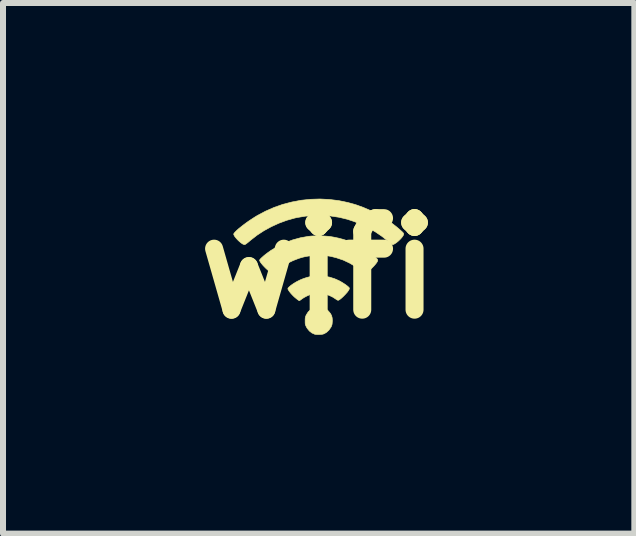
<source format=kicad_pcb>
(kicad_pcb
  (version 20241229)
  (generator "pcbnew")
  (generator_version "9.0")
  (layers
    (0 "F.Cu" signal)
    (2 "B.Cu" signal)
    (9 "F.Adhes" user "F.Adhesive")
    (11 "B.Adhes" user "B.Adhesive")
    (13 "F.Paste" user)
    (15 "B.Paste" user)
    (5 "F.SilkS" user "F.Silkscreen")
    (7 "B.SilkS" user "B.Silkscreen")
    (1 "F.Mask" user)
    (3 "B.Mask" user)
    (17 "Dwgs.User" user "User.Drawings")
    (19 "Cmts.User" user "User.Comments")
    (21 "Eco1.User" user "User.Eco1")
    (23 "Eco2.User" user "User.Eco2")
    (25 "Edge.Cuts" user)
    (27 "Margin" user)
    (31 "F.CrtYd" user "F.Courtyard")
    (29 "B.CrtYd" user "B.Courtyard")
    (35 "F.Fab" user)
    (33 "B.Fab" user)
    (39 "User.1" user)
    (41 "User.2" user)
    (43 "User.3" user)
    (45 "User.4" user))
  (footprint "wifi"
    (layer "F.Cu")
    (at 2.257 1.418)
    (property "Reference" "wifi" (at 0 0 0) (layer "F.SilkS") (effects (font (size 1.524 1.524) (thickness 0.3))))
    (attr through_hole)
    (fp_poly (pts (xy 0.003 0.645) (xy 0.05 0.648) (xy 0.089 0.659) (xy 0.124 0.678) (xy 0.158 0.708) (xy 0.167 0.718) (xy 0.196 0.753) (xy 0.215 0.788) (xy 0.225 0.826) (xy 0.228 0.871) (xy 0.227 0.886) (xy 0.225 0.916) (xy 0.222 0.938) (xy 0.216 0.956) (xy 0.207 0.977) (xy 0.203 0.983) (xy 0.172 1.028) (xy 0.133 1.065) (xy 0.097 1.087) (xy 0.077 1.095) (xy 0.055 1.1) (xy 0.026 1.102) (xy 0.01 1.103) (xy -0.018 1.103) (xy -0.042 1.102) (xy -0.06 1.1) (xy -0.064 1.099) (xy -0.113 1.077) (xy -0.155 1.044) (xy -0.19 1.001) (xy -0.205 0.976) (xy -0.214 0.956) (xy -0.221 0.94) (xy -0.224 0.923) (xy -0.225 0.9) (xy -0.225 0.876) (xy -0.225 0.846) (xy -0.223 0.825) (xy -0.219 0.807) (xy -0.212 0.789) (xy -0.205 0.774) (xy -0.175 0.727) (xy -0.136 0.689) (xy -0.09 0.661) (xy -0.07 0.653) (xy -0.051 0.648) (xy -0.03 0.645) (xy -0.001 0.645) (xy 0.003 0.645)) (stroke (width 0.01) (type solid)) (fill yes) (layer "F.SilkS"))
    (fp_poly (pts (xy 0.093 0.132) (xy 0.18 0.147) (xy 0.266 0.174) (xy 0.34 0.207) (xy 0.366 0.221) (xy 0.396 0.239) (xy 0.426 0.258) (xy 0.455 0.278) (xy 0.48 0.297) (xy 0.498 0.313) (xy 0.509 0.325) (xy 0.51 0.327) (xy 0.51 0.344) (xy 0.499 0.366) (xy 0.478 0.396) (xy 0.446 0.432) (xy 0.445 0.433) (xy 0.411 0.468) (xy 0.381 0.496) (xy 0.355 0.517) (xy 0.335 0.53) (xy 0.323 0.533) (xy 0.312 0.53) (xy 0.295 0.52) (xy 0.282 0.511) (xy 0.238 0.482) (xy 0.187 0.457) (xy 0.134 0.436) (xy 0.116 0.431) (xy 0.07 0.421) (xy 0.017 0.417) (xy -0.036 0.418) (xy -0.086 0.423) (xy -0.108 0.428) (xy -0.149 0.441) (xy -0.193 0.46) (xy -0.235 0.482) (xy -0.272 0.505) (xy -0.284 0.514) (xy -0.301 0.527) (xy -0.315 0.536) (xy -0.323 0.54) (xy -0.33 0.536) (xy -0.345 0.526) (xy -0.365 0.511) (xy -0.377 0.501) (xy -0.408 0.475) (xy -0.438 0.445) (xy -0.466 0.414) (xy -0.489 0.385) (xy -0.505 0.36) (xy -0.507 0.357) (xy -0.512 0.344) (xy -0.512 0.335) (xy -0.506 0.326) (xy -0.495 0.314) (xy -0.461 0.284) (xy -0.418 0.254) (xy -0.368 0.224) (xy -0.315 0.197) (xy -0.26 0.174) (xy -0.207 0.156) (xy -0.158 0.143) (xy -0.114 0.134) (xy -0.069 0.129) (xy -0.02 0.127) (xy 0.001 0.127) (xy 0.093 0.132)) (stroke (width 0.01) (type solid)) (fill yes) (layer "F.SilkS"))
    (fp_poly (pts (xy 0.178 -1.146) (xy 0.334 -1.127) (xy 0.488 -1.095) (xy 0.623 -1.057) (xy 0.742 -1.014) (xy 0.862 -0.962) (xy 0.98 -0.903) (xy 1.093 -0.837) (xy 1.198 -0.767) (xy 1.293 -0.693) (xy 1.299 -0.688) (xy 1.336 -0.657) (xy 1.364 -0.632) (xy 1.385 -0.613) (xy 1.4 -0.599) (xy 1.409 -0.588) (xy 1.414 -0.58) (xy 1.416 -0.572) (xy 1.416 -0.57) (xy 1.411 -0.552) (xy 1.397 -0.529) (xy 1.377 -0.504) (xy 1.352 -0.477) (xy 1.324 -0.451) (xy 1.296 -0.428) (xy 1.269 -0.41) (xy 1.246 -0.397) (xy 1.23 -0.394) (xy 1.222 -0.398) (xy 1.207 -0.409) (xy 1.186 -0.425) (xy 1.161 -0.446) (xy 1.147 -0.458) (xy 1.051 -0.534) (xy 0.945 -0.606) (xy 0.832 -0.671) (xy 0.714 -0.729) (xy 0.593 -0.778) (xy 0.479 -0.816) (xy 0.344 -0.849) (xy 0.205 -0.87) (xy 0.063 -0.881) (xy -0.08 -0.88) (xy -0.222 -0.868) (xy -0.361 -0.845) (xy -0.401 -0.836) (xy -0.532 -0.799) (xy -0.662 -0.751) (xy -0.789 -0.693) (xy -0.91 -0.627) (xy -1.025 -0.552) (xy -1.131 -0.47) (xy -1.145 -0.458) (xy -1.177 -0.431) (xy -1.203 -0.411) (xy -1.222 -0.398) (xy -1.233 -0.394) (xy -1.234 -0.394) (xy -1.248 -0.397) (xy -1.266 -0.405) (xy -1.27 -0.407) (xy -1.297 -0.426) (xy -1.325 -0.45) (xy -1.352 -0.476) (xy -1.376 -0.503) (xy -1.396 -0.528) (xy -1.409 -0.55) (xy -1.415 -0.568) (xy -1.415 -0.571) (xy -1.408 -0.584) (xy -1.392 -0.603) (xy -1.368 -0.627) (xy -1.337 -0.655) (xy -1.299 -0.686) (xy -1.257 -0.719) (xy -1.212 -0.753) (xy -1.164 -0.787) (xy -1.114 -0.82) (xy -1.065 -0.852) (xy -1.026 -0.876) (xy -0.887 -0.95) (xy -0.744 -1.013) (xy -0.596 -1.065) (xy -0.445 -1.104) (xy -0.291 -1.133) (xy -0.135 -1.149) (xy 0.021 -1.154) (xy 0.178 -1.146)) (stroke (width 0.01) (type solid)) (fill yes) (layer "F.SilkS"))
    (fp_poly (pts (xy 0.047 -0.539) (xy 0.103 -0.537) (xy 0.154 -0.533) (xy 0.185 -0.53) (xy 0.255 -0.518) (xy 0.331 -0.502) (xy 0.406 -0.482) (xy 0.476 -0.46) (xy 0.492 -0.454) (xy 0.585 -0.416) (xy 0.679 -0.369) (xy 0.77 -0.315) (xy 0.855 -0.257) (xy 0.922 -0.203) (xy 0.949 -0.18) (xy 0.967 -0.163) (xy 0.978 -0.15) (xy 0.983 -0.14) (xy 0.984 -0.133) (xy 0.979 -0.116) (xy 0.966 -0.094) (xy 0.946 -0.068) (xy 0.921 -0.039) (xy 0.893 -0.01) (xy 0.864 0.018) (xy 0.835 0.043) (xy 0.808 0.063) (xy 0.785 0.077) (xy 0.768 0.083) (xy 0.767 0.083) (xy 0.757 0.079) (xy 0.741 0.068) (xy 0.72 0.053) (xy 0.709 0.044) (xy 0.616 -0.027) (xy 0.515 -0.087) (xy 0.409 -0.137) (xy 0.296 -0.175) (xy 0.217 -0.195) (xy 0.188 -0.201) (xy 0.162 -0.205) (xy 0.138 -0.208) (xy 0.112 -0.21) (xy 0.08 -0.212) (xy 0.042 -0.212) (xy 0.003 -0.212) (xy -0.064 -0.212) (xy -0.123 -0.209) (xy -0.175 -0.203) (xy -0.225 -0.194) (xy -0.276 -0.182) (xy -0.331 -0.165) (xy -0.342 -0.161) (xy -0.425 -0.129) (xy -0.508 -0.089) (xy -0.589 -0.042) (xy -0.664 0.009) (xy -0.711 0.047) (xy -0.732 0.063) (xy -0.75 0.076) (xy -0.763 0.082) (xy -0.766 0.082) (xy -0.778 0.079) (xy -0.795 0.069) (xy -0.816 0.056) (xy -0.817 0.055) (xy -0.846 0.031) (xy -0.876 0.004) (xy -0.905 -0.025) (xy -0.932 -0.054) (xy -0.955 -0.082) (xy -0.972 -0.106) (xy -0.982 -0.125) (xy -0.984 -0.134) (xy -0.979 -0.145) (xy -0.965 -0.161) (xy -0.943 -0.182) (xy -0.915 -0.207) (xy -0.882 -0.234) (xy -0.846 -0.261) (xy -0.808 -0.288) (xy -0.8 -0.294) (xy -0.684 -0.364) (xy -0.562 -0.424) (xy -0.435 -0.472) (xy -0.304 -0.508) (xy -0.17 -0.532) (xy -0.159 -0.533) (xy -0.117 -0.537) (xy -0.067 -0.539) (xy -0.011 -0.54) (xy 0.047 -0.539)) (stroke (width 0.01) (type solid)) (fill yes) (layer "F.SilkS")))
  (gr_rect
    (start -3 -3)
    (end 7.514 5.836)
    (stroke (width 0.1) (type default))
    (fill no)
    (layer "Edge.Cuts")))
</source>
